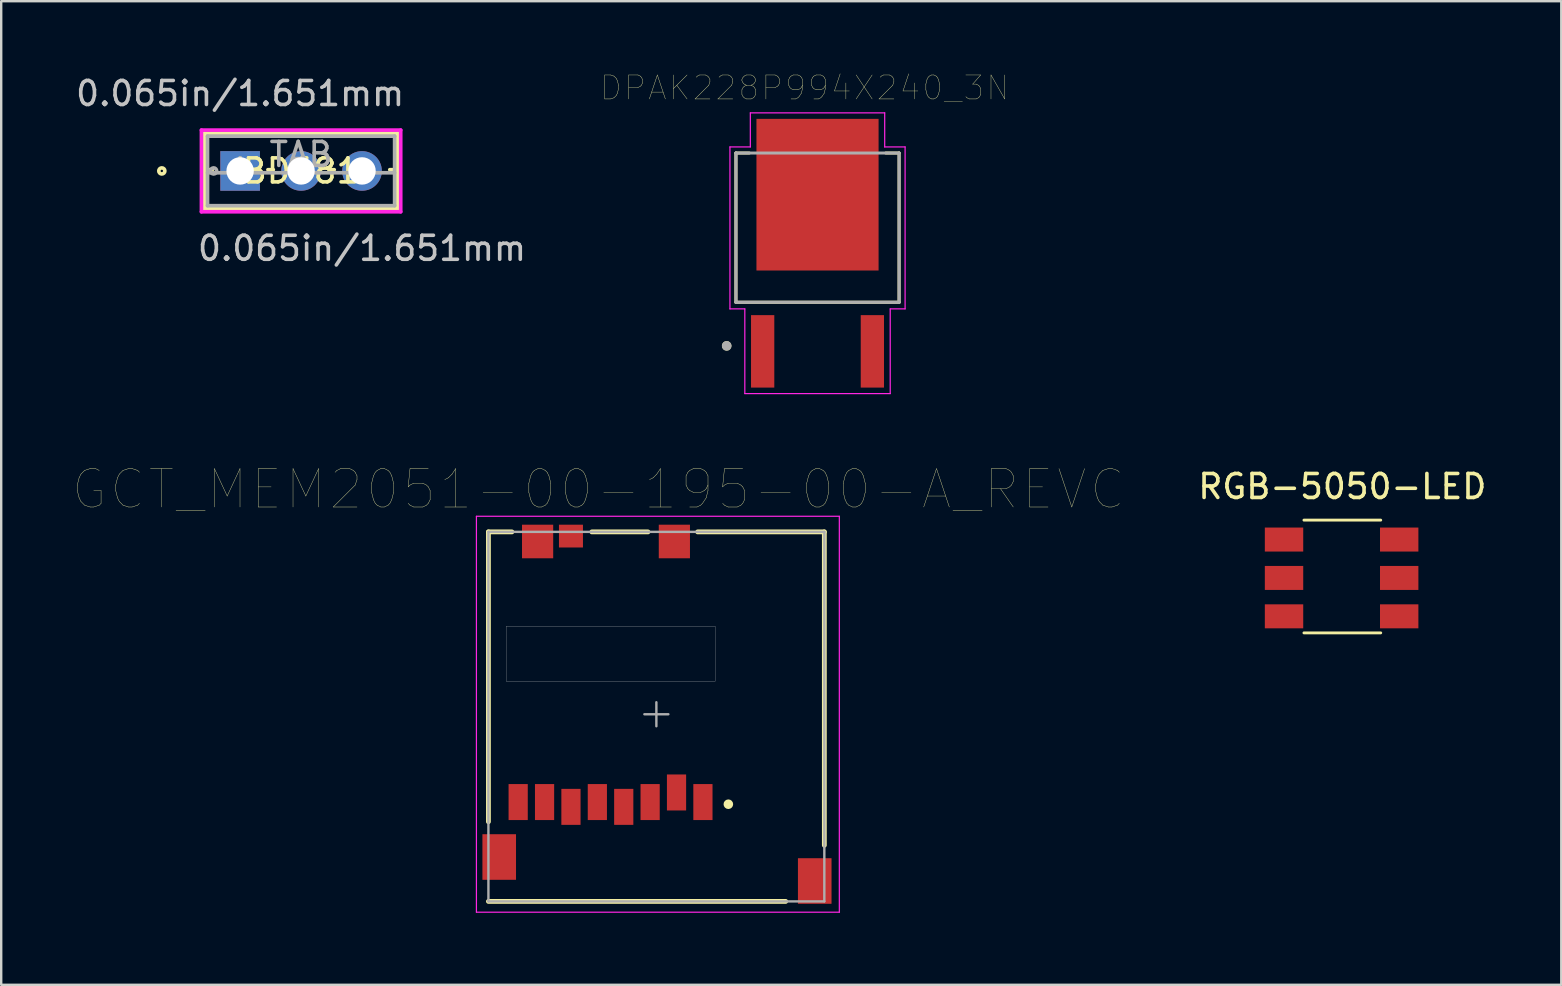
<source format=kicad_pcb>
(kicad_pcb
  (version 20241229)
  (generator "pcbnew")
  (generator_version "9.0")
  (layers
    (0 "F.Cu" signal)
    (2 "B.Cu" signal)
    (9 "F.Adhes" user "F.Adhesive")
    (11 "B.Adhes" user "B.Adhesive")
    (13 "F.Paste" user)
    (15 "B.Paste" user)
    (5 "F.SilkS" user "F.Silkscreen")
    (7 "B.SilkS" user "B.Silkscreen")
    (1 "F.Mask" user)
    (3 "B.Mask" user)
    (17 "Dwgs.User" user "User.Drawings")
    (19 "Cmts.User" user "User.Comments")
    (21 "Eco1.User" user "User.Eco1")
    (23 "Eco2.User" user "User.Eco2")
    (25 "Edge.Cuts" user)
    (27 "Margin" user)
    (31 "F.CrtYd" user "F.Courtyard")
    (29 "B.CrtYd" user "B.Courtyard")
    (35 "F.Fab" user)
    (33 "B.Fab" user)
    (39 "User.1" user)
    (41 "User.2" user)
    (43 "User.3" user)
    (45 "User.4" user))
  (footprint "DPAK228P994X240_3N"
    (layer "F.Cu")
    (at 31.022 7.504)
    (property "Reference" "DPAK228P994X240_3N" (at -0.532 -6.892 0) (layer "F.SilkS") (effects (font (size 1 1) (thickness 0.015))))
    (attr through_hole)
    (fp_line (start -3.4 -4.176) (end -3.4 2.044) (stroke (width 0.127) (type solid)) (layer "F.SilkS"))
    (fp_line (start -2.846 -4.176) (end -3.4 -4.176) (stroke (width 0.127) (type solid)) (layer "F.SilkS"))
    (fp_line (start 2.846 -4.176) (end 3.4 -4.176) (stroke (width 0.127) (type solid)) (layer "F.SilkS"))
    (fp_line (start 3.4 -4.176) (end 3.4 2.044) (stroke (width 0.127) (type solid)) (layer "F.SilkS"))
    (fp_line (start 3.4 2.044) (end -3.4 2.044) (stroke (width 0.127) (type solid)) (layer "F.SilkS"))
    (fp_circle (center -3.786 3.861) (end -3.686 3.861) (stroke (width 0.2) (type solid)) (fill no) (layer "F.SilkS"))
    (fp_poly (pts (xy -2.13 -5.33) (xy -0.41 -5.33) (xy -0.41 -3.77) (xy -2.13 -3.77)) (stroke (width 0.01) (type solid)) (fill yes) (layer "F.Paste"))
    (fp_poly (pts (xy -2.13 -3.22) (xy -0.41 -3.22) (xy -0.41 -1.66) (xy -2.13 -1.66)) (stroke (width 0.01) (type solid)) (fill yes) (layer "F.Paste"))
    (fp_poly (pts (xy -2.13 -1.11) (xy -0.41 -1.11) (xy -0.41 0.45) (xy -2.13 0.45)) (stroke (width 0.01) (type solid)) (fill yes) (layer "F.Paste"))
    (fp_poly (pts (xy 0.41 -5.33) (xy 2.13 -5.33) (xy 2.13 -3.77) (xy 0.41 -3.77)) (stroke (width 0.01) (type solid)) (fill yes) (layer "F.Paste"))
    (fp_poly (pts (xy 0.41 -3.22) (xy 2.13 -3.22) (xy 2.13 -1.66) (xy 0.41 -1.66)) (stroke (width 0.01) (type solid)) (fill yes) (layer "F.Paste"))
    (fp_poly (pts (xy 0.41 -1.11) (xy 2.13 -1.11) (xy 2.13 0.45) (xy 0.41 0.45)) (stroke (width 0.01) (type solid)) (fill yes) (layer "F.Paste"))
    (fp_line (start -3.65 -4.43) (end -3.65 2.32) (stroke (width 0.05) (type solid)) (layer "F.CrtYd"))
    (fp_line (start -3.65 2.32) (end -3.03 2.32) (stroke (width 0.05) (type solid)) (layer "F.CrtYd"))
    (fp_line (start -3.03 2.32) (end -3.03 5.85) (stroke (width 0.05) (type solid)) (layer "F.CrtYd"))
    (fp_line (start -3.03 5.85) (end 3.03 5.85) (stroke (width 0.05) (type solid)) (layer "F.CrtYd"))
    (fp_line (start -2.8 -5.85) (end -2.8 -4.43) (stroke (width 0.05) (type solid)) (layer "F.CrtYd"))
    (fp_line (start -2.8 -4.43) (end -3.65 -4.43) (stroke (width 0.05) (type solid)) (layer "F.CrtYd"))
    (fp_line (start 2.8 -5.85) (end -2.8 -5.85) (stroke (width 0.05) (type solid)) (layer "F.CrtYd"))
    (fp_line (start 2.8 -4.43) (end 2.8 -5.85) (stroke (width 0.05) (type solid)) (layer "F.CrtYd"))
    (fp_line (start 3.03 2.32) (end 3.65 2.32) (stroke (width 0.05) (type solid)) (layer "F.CrtYd"))
    (fp_line (start 3.03 5.85) (end 3.03 2.32) (stroke (width 0.05) (type solid)) (layer "F.CrtYd"))
    (fp_line (start 3.65 -4.43) (end 2.8 -4.43) (stroke (width 0.05) (type solid)) (layer "F.CrtYd"))
    (fp_line (start 3.65 2.32) (end 3.65 -4.43) (stroke (width 0.05) (type solid)) (layer "F.CrtYd"))
    (fp_line (start -3.4 -4.176) (end 3.4 -4.176) (stroke (width 0.127) (type solid)) (layer "F.Fab"))
    (fp_line (start -3.4 2.044) (end -3.4 -4.176) (stroke (width 0.127) (type solid)) (layer "F.Fab"))
    (fp_line (start 3.4 2.044) (end -3.4 2.044) (stroke (width 0.127) (type solid)) (layer "F.Fab"))
    (fp_line (start 3.4 2.044) (end 3.4 -4.176) (stroke (width 0.127) (type solid)) (layer "F.Fab"))
    (fp_circle (center -3.786 3.861) (end -3.686 3.861) (stroke (width 0.2) (type solid)) (fill no) (layer "F.Fab"))
    (pad "1" smd rect (at -2.286 4.09) (size 0.97 3.02) (layers "F.Cu" "F.Mask" "F.Paste"))
    (pad "3" smd rect (at 2.286 4.09) (size 0.97 3.02) (layers "F.Cu" "F.Mask" "F.Paste"))
    (pad "4" smd rect (at 0 -2.44) (size 5.09 6.32) (layers "F.Cu" "F.Mask")))
  (footprint "BD681"
    (layer "F.Cu")
    (at 6.958 4.074)
    (property "Reference" "BD681" (at 2.54 0 0) (layer "F.SilkS") (effects (font (size 1 1) (thickness 0.15))))
    (attr through_hole)
    (fp_line (start -1.486 -1.575) (end -1.486 1.575) (stroke (width 0.152) (type solid)) (layer "F.SilkS"))
    (fp_line (start -1.486 1.575) (end 6.566 1.575) (stroke (width 0.152) (type solid)) (layer "F.SilkS"))
    (fp_line (start -1.359 -0.051) (end -1.158 -0.051) (stroke (width 0.152) (type solid)) (layer "F.SilkS"))
    (fp_line (start 1.158 -0.051) (end 1.383 -0.051) (stroke (width 0.152) (type solid)) (layer "F.SilkS"))
    (fp_line (start 3.697 -0.051) (end 3.923 -0.051) (stroke (width 0.152) (type solid)) (layer "F.SilkS"))
    (fp_line (start 6.237 -0.051) (end 6.439 -0.051) (stroke (width 0.152) (type solid)) (layer "F.SilkS"))
    (fp_line (start 6.566 -1.575) (end -1.486 -1.575) (stroke (width 0.152) (type solid)) (layer "F.SilkS"))
    (fp_line (start 6.566 1.575) (end 6.566 -1.575) (stroke (width 0.152) (type solid)) (layer "F.SilkS"))
    (fp_circle (center -3.264 0) (end -3.137 0) (stroke (width 0.152) (type solid)) (fill no) (layer "F.SilkS"))
    (fp_line (start -1.613 -1.702) (end -1.613 1.702) (stroke (width 0.152) (type solid)) (layer "F.CrtYd"))
    (fp_line (start -1.613 1.702) (end 6.693 1.702) (stroke (width 0.152) (type solid)) (layer "F.CrtYd"))
    (fp_line (start 6.693 -1.702) (end -1.613 -1.702) (stroke (width 0.152) (type solid)) (layer "F.CrtYd"))
    (fp_line (start 6.693 1.702) (end 6.693 -1.702) (stroke (width 0.152) (type solid)) (layer "F.CrtYd"))
    (fp_line (start -1.359 -1.448) (end -1.359 1.448) (stroke (width 0.152) (type solid)) (layer "F.Fab"))
    (fp_line (start -1.359 0.076) (end 6.439 0.076) (stroke (width 0.152) (type solid)) (layer "F.Fab"))
    (fp_line (start -1.359 1.448) (end 6.439 1.448) (stroke (width 0.152) (type solid)) (layer "F.Fab"))
    (fp_line (start 6.439 -1.448) (end -1.359 -1.448) (stroke (width 0.152) (type solid)) (layer "F.Fab"))
    (fp_line (start 6.439 1.448) (end 6.439 -1.448) (stroke (width 0.152) (type solid)) (layer "F.Fab"))
    (fp_circle (center -1.105 0) (end -0.978 0) (stroke (width 0.152) (type solid)) (fill no) (layer "F.Fab"))
    (fp_text user "*" (at 0 0 0) (layer "F.SilkS") (effects (font (size 1 1) (thickness 0.15))))
    (fp_text user "0.065in/1.651mm" (at 5.08 3.226 0) (layer "Dwgs.User") (effects (font (size 1 1) (thickness 0.15))))
    (fp_text user "0.065in/1.651mm" (at 0 -3.226 0) (layer "Dwgs.User") (effects (font (size 1 1) (thickness 0.15))))
    (fp_text user "Copyright 2016 Accelerated Designs. All rights reserved." (at 0 0 0) (layer "Cmts.User") (effects (font (size 0.127 0.127) (thickness 0.002))))
    (fp_text user "*" (at 0 0 0) (layer "F.Fab") (effects (font (size 1 1) (thickness 0.15))))
    (fp_text user "TAB" (at 2.54 -0.686 0) (layer "F.Fab") (effects (font (size 1 1) (thickness 0.15))))
    (pad "1" thru_hole rect (at 0 0) (size 1.651 1.651) (drill 1.143) (layers "*.Cu" "*.Mask"))
    (pad "2" thru_hole circle (at 2.54 0) (size 1.651 1.651) (drill 1.143) (layers "*.Cu" "*.Mask"))
    (pad "3" thru_hole circle (at 5.08 0) (size 1.651 1.651) (drill 1.143) (layers "*.Cu" "*.Mask")))
  (footprint "GCT_MEM2051-00-195-00-A_REVC"
    (layer "F.Cu")
    (at 24.306 26.718)
    (property "Reference" "GCT_MEM2051-00-195-00-A_REVC" (at -2.42 -9.377 0) (layer "F.SilkS") (effects (font (size 1.6 1.6) (thickness 0.015))))
    (attr through_hole)
    (fp_line (start -7 -7.6) (end -6.02 -7.6) (stroke (width 0.2) (type solid)) (layer "F.SilkS"))
    (fp_line (start -7 4.48) (end -7 -7.6) (stroke (width 0.2) (type solid)) (layer "F.SilkS"))
    (fp_line (start -7 7.8) (end 5.39 7.8) (stroke (width 0.2) (type solid)) (layer "F.SilkS"))
    (fp_line (start -2.69 -7.6) (end -0.35 -7.6) (stroke (width 0.2) (type solid)) (layer "F.SilkS"))
    (fp_line (start 1.72 -7.6) (end 7 -7.6) (stroke (width 0.2) (type solid)) (layer "F.SilkS"))
    (fp_line (start 7 5.46) (end 7 -7.6) (stroke (width 0.2) (type solid)) (layer "F.SilkS"))
    (fp_circle (center 3 3.75) (end 3.1 3.75) (stroke (width 0.2) (type solid)) (fill no) (layer "F.SilkS"))
    (fp_poly (pts (xy -6.258 -3.67) (xy 2.45 -3.67) (xy 2.45 -1.372) (xy -6.258 -1.372)) (stroke (width 0.01) (type solid)) (fill no) (layer "Dwgs.User"))
    (fp_line (start -7.5 -8.25) (end 7.625 -8.25) (stroke (width 0.05) (type solid)) (layer "F.CrtYd"))
    (fp_line (start -7.5 8.25) (end -7.5 -8.25) (stroke (width 0.05) (type solid)) (layer "F.CrtYd"))
    (fp_line (start 7.625 -8.25) (end 7.625 8.25) (stroke (width 0.05) (type solid)) (layer "F.CrtYd"))
    (fp_line (start 7.625 8.25) (end -7.5 8.25) (stroke (width 0.05) (type solid)) (layer "F.CrtYd"))
    (fp_line (start -7 -7.6) (end 7 -7.6) (stroke (width 0.1) (type solid)) (layer "F.Fab"))
    (fp_line (start -7 7.8) (end -7 -7.6) (stroke (width 0.1) (type solid)) (layer "F.Fab"))
    (fp_line (start -7 7.8) (end 7 7.8) (stroke (width 0.1) (type solid)) (layer "F.Fab"))
    (fp_line (start -0.5 0) (end 0.5 0) (stroke (width 0.1) (type solid)) (layer "F.Fab"))
    (fp_line (start 0 0.5) (end 0 -0.5) (stroke (width 0.1) (type solid)) (layer "F.Fab"))
    (fp_line (start 7 7.8) (end 7 -7.6) (stroke (width 0.1) (type solid)) (layer "F.Fab"))
    (pad "1" smd rect (at 1.94 3.66) (size 0.8 1.5) (layers "F.Cu" "F.Mask" "F.Paste"))
    (pad "2" smd rect (at 0.84 3.26) (size 0.8 1.5) (layers "F.Cu" "F.Mask" "F.Paste"))
    (pad "3" smd rect (at -0.26 3.66) (size 0.8 1.5) (layers "F.Cu" "F.Mask" "F.Paste"))
    (pad "4" smd rect (at -1.36 3.86) (size 0.8 1.5) (layers "F.Cu" "F.Mask" "F.Paste"))
    (pad "5" smd rect (at -2.46 3.66) (size 0.8 1.5) (layers "F.Cu" "F.Mask" "F.Paste"))
    (pad "6" smd rect (at -3.56 3.86) (size 0.8 1.5) (layers "F.Cu" "F.Mask" "F.Paste"))
    (pad "7" smd rect (at -4.66 3.66) (size 0.8 1.5) (layers "F.Cu" "F.Mask" "F.Paste"))
    (pad "8" smd rect (at -5.76 3.66) (size 0.8 1.5) (layers "F.Cu" "F.Mask" "F.Paste"))
    (pad "9" smd rect (at -3.56 -7.425) (size 1 0.95) (layers "F.Cu" "F.Mask" "F.Paste"))
    (pad "10" smd rect (at -4.95 -7.2) (size 1.3 1.4) (layers "F.Cu" "F.Mask" "F.Paste"))
    (pad "11" smd rect (at 0.75 -7.2) (size 1.3 1.4) (layers "F.Cu" "F.Mask" "F.Paste"))
    (pad "12" smd rect (at -6.55 5.95) (size 1.4 1.9) (layers "F.Cu" "F.Mask" "F.Paste"))
    (pad "13" smd rect (at 6.6 6.95) (size 1.4 1.9) (layers "F.Cu" "F.Mask" "F.Paste")))
  (footprint "RGB-5050-LED"
    (layer "F.Cu")
    (at 52.895 16.727)
    (property "Reference" "RGB-5050-LED" (at 0 0.5 0) (layer "F.SilkS") (effects (font (size 1 1) (thickness 0.15))))
    (attr through_hole)
    (fp_line (start -1.6 6.6) (end 1.6 6.6) (stroke (width 0.12) (type solid)) (layer "F.SilkS"))
    (fp_line (start 1.6 1.9) (end -1.6 1.9) (stroke (width 0.12) (type solid)) (layer "F.SilkS"))
    (pad "1" smd rect (at 2.37 2.71) (size 1.6 1) (layers "F.Cu" "F.Mask" "F.Paste"))
    (pad "2" smd rect (at 2.37 4.31) (size 1.6 1) (layers "F.Cu" "F.Mask" "F.Paste"))
    (pad "3" smd rect (at 2.37 5.91) (size 1.6 1) (layers "F.Cu" "F.Mask" "F.Paste"))
    (pad "4" smd rect (at -2.43 5.91) (size 1.6 1) (layers "F.Cu" "F.Mask" "F.Paste"))
    (pad "5" smd rect (at -2.43 4.31) (size 1.6 1) (layers "F.Cu" "F.Mask" "F.Paste"))
    (pad "6" smd rect (at -2.43 2.71) (size 1.6 1) (layers "F.Cu" "F.Mask" "F.Paste")))
  (gr_rect
    (start -3 -3)
    (end 62.02 37.993)
    (stroke (width 0.1) (type default))
    (fill no)
    (layer "Edge.Cuts")))
</source>
